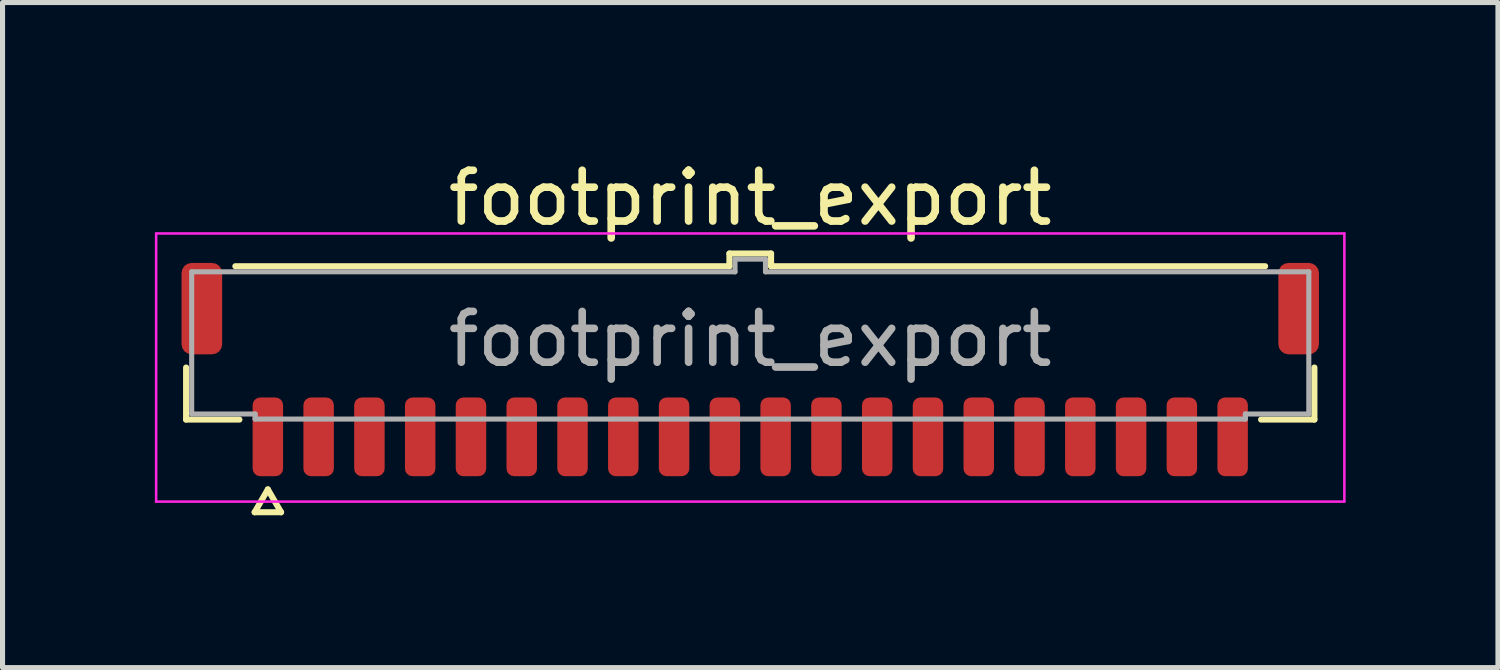
<source format=kicad_pcb>
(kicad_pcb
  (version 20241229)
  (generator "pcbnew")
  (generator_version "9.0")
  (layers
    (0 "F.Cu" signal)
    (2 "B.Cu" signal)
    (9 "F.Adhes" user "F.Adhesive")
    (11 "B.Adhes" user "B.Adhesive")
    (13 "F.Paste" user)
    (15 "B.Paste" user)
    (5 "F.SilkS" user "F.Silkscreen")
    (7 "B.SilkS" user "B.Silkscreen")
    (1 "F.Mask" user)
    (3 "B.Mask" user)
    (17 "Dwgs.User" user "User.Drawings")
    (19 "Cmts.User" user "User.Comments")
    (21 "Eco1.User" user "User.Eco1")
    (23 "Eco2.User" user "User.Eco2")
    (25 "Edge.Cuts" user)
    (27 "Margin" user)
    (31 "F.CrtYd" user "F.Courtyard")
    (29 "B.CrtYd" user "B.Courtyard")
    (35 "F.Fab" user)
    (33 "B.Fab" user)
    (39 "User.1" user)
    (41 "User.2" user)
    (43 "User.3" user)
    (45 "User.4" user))
  (footprint "footprint_export"
    (layer "F.Cu")
    (at 11.725 3.628)
    (property "Reference" "footprint_export" (at 0 -2.78 0) (layer "F.SilkS") (effects (font (size 1 1) (thickness 0.15))))
    (attr smd)
    (fp_line (start -11.11 1.585) (end -11.11 0.56) (stroke (width 0.12) (type solid)) (layer "F.SilkS"))
    (fp_line (start -10.14 -1.435) (end -0.41 -1.435) (stroke (width 0.12) (type solid)) (layer "F.SilkS"))
    (fp_line (start -10.06 1.585) (end -11.11 1.585) (stroke (width 0.12) (type solid)) (layer "F.SilkS"))
    (fp_line (start -9.76 3.41) (end -9.5 2.96) (stroke (width 0.12) (type solid)) (layer "F.SilkS"))
    (fp_line (start -9.5 2.96) (end -9.24 3.41) (stroke (width 0.12) (type solid)) (layer "F.SilkS"))
    (fp_line (start -9.24 3.41) (end -9.76 3.41) (stroke (width 0.12) (type solid)) (layer "F.SilkS"))
    (fp_line (start -0.41 -1.685) (end 0.41 -1.685) (stroke (width 0.12) (type solid)) (layer "F.SilkS"))
    (fp_line (start -0.41 -1.435) (end -0.41 -1.685) (stroke (width 0.12) (type solid)) (layer "F.SilkS"))
    (fp_line (start 0.41 -1.685) (end 0.41 -1.435) (stroke (width 0.12) (type solid)) (layer "F.SilkS"))
    (fp_line (start 0.41 -1.435) (end 10.14 -1.435) (stroke (width 0.12) (type solid)) (layer "F.SilkS"))
    (fp_line (start 11.11 0.56) (end 11.11 1.585) (stroke (width 0.12) (type solid)) (layer "F.SilkS"))
    (fp_line (start 11.11 1.585) (end 10.06 1.585) (stroke (width 0.12) (type solid)) (layer "F.SilkS"))
    (fp_line (start -11.7 -2.08) (end -11.7 3.2) (stroke (width 0.05) (type solid)) (layer "F.CrtYd"))
    (fp_line (start -11.7 3.2) (end 11.7 3.2) (stroke (width 0.05) (type solid)) (layer "F.CrtYd"))
    (fp_line (start 11.7 -2.08) (end -11.7 -2.08) (stroke (width 0.05) (type solid)) (layer "F.CrtYd"))
    (fp_line (start 11.7 3.2) (end 11.7 -2.08) (stroke (width 0.05) (type solid)) (layer "F.CrtYd"))
    (fp_line (start -11 -1.325) (end -0.3 -1.325) (stroke (width 0.1) (type solid)) (layer "F.Fab"))
    (fp_line (start -11 1.475) (end -11 -1.325) (stroke (width 0.1) (type solid)) (layer "F.Fab"))
    (fp_line (start -9.75 1.475) (end -11 1.475) (stroke (width 0.1) (type solid)) (layer "F.Fab"))
    (fp_line (start -9.75 1.575) (end -9.75 1.475) (stroke (width 0.1) (type solid)) (layer "F.Fab"))
    (fp_line (start -0.3 -1.575) (end 0.3 -1.575) (stroke (width 0.1) (type solid)) (layer "F.Fab"))
    (fp_line (start -0.3 -1.325) (end -0.3 -1.575) (stroke (width 0.1) (type solid)) (layer "F.Fab"))
    (fp_line (start 0.3 -1.575) (end 0.3 -1.325) (stroke (width 0.1) (type solid)) (layer "F.Fab"))
    (fp_line (start 0.3 -1.325) (end 11 -1.325) (stroke (width 0.1) (type solid)) (layer "F.Fab"))
    (fp_line (start 9.75 1.475) (end 9.75 1.575) (stroke (width 0.1) (type solid)) (layer "F.Fab"))
    (fp_line (start 9.75 1.575) (end -9.75 1.575) (stroke (width 0.1) (type solid)) (layer "F.Fab"))
    (fp_line (start 11 -1.325) (end 11 1.475) (stroke (width 0.1) (type solid)) (layer "F.Fab"))
    (fp_line (start 11 1.475) (end 9.75 1.475) (stroke (width 0.1) (type solid)) (layer "F.Fab"))
    (fp_text user "${REFERENCE}" (at 0 0 0) (layer "F.Fab") (effects (font (size 1 1) (thickness 0.15))))
    (pad "1" smd roundrect (at -9.5 1.925) (size 0.6 1.55) (layers "F.Cu" "F.Mask" "F.Paste") (roundrect_rratio 0.25))
    (pad "2" smd roundrect (at -8.5 1.925) (size 0.6 1.55) (layers "F.Cu" "F.Mask" "F.Paste") (roundrect_rratio 0.25))
    (pad "3" smd roundrect (at -7.5 1.925) (size 0.6 1.55) (layers "F.Cu" "F.Mask" "F.Paste") (roundrect_rratio 0.25))
    (pad "4" smd roundrect (at -6.5 1.925) (size 0.6 1.55) (layers "F.Cu" "F.Mask" "F.Paste") (roundrect_rratio 0.25))
    (pad "5" smd roundrect (at -5.5 1.925) (size 0.6 1.55) (layers "F.Cu" "F.Mask" "F.Paste") (roundrect_rratio 0.25))
    (pad "6" smd roundrect (at -4.5 1.925) (size 0.6 1.55) (layers "F.Cu" "F.Mask" "F.Paste") (roundrect_rratio 0.25))
    (pad "7" smd roundrect (at -3.5 1.925) (size 0.6 1.55) (layers "F.Cu" "F.Mask" "F.Paste") (roundrect_rratio 0.25))
    (pad "8" smd roundrect (at -2.5 1.925) (size 0.6 1.55) (layers "F.Cu" "F.Mask" "F.Paste") (roundrect_rratio 0.25))
    (pad "9" smd roundrect (at -1.5 1.925) (size 0.6 1.55) (layers "F.Cu" "F.Mask" "F.Paste") (roundrect_rratio 0.25))
    (pad "10" smd roundrect (at -0.5 1.925) (size 0.6 1.55) (layers "F.Cu" "F.Mask" "F.Paste") (roundrect_rratio 0.25))
    (pad "11" smd roundrect (at 0.5 1.925) (size 0.6 1.55) (layers "F.Cu" "F.Mask" "F.Paste") (roundrect_rratio 0.25))
    (pad "12" smd roundrect (at 1.5 1.925) (size 0.6 1.55) (layers "F.Cu" "F.Mask" "F.Paste") (roundrect_rratio 0.25))
    (pad "13" smd roundrect (at 2.5 1.925) (size 0.6 1.55) (layers "F.Cu" "F.Mask" "F.Paste") (roundrect_rratio 0.25))
    (pad "14" smd roundrect (at 3.5 1.925) (size 0.6 1.55) (layers "F.Cu" "F.Mask" "F.Paste") (roundrect_rratio 0.25))
    (pad "15" smd roundrect (at 4.5 1.925) (size 0.6 1.55) (layers "F.Cu" "F.Mask" "F.Paste") (roundrect_rratio 0.25))
    (pad "16" smd roundrect (at 5.5 1.925) (size 0.6 1.55) (layers "F.Cu" "F.Mask" "F.Paste") (roundrect_rratio 0.25))
    (pad "17" smd roundrect (at 6.5 1.925) (size 0.6 1.55) (layers "F.Cu" "F.Mask" "F.Paste") (roundrect_rratio 0.25))
    (pad "18" smd roundrect (at 7.5 1.925) (size 0.6 1.55) (layers "F.Cu" "F.Mask" "F.Paste") (roundrect_rratio 0.25))
    (pad "19" smd roundrect (at 8.5 1.925) (size 0.6 1.55) (layers "F.Cu" "F.Mask" "F.Paste") (roundrect_rratio 0.25))
    (pad "20" smd roundrect (at 9.5 1.925) (size 0.6 1.55) (layers "F.Cu" "F.Mask" "F.Paste") (roundrect_rratio 0.25))
    (pad "MP" smd roundrect (at -10.8 -0.6) (size 0.8 1.8) (layers "F.Cu" "F.Mask" "F.Paste") (roundrect_rratio 0.25))
    (pad "MP" smd roundrect (at 10.8 -0.6) (size 0.8 1.8) (layers "F.Cu" "F.Mask" "F.Paste") (roundrect_rratio 0.25)))
  (gr_rect
    (start -3 -3)
    (end 26.45 10.098)
    (stroke (width 0.1) (type default))
    (fill no)
    (layer "Edge.Cuts")))
</source>
